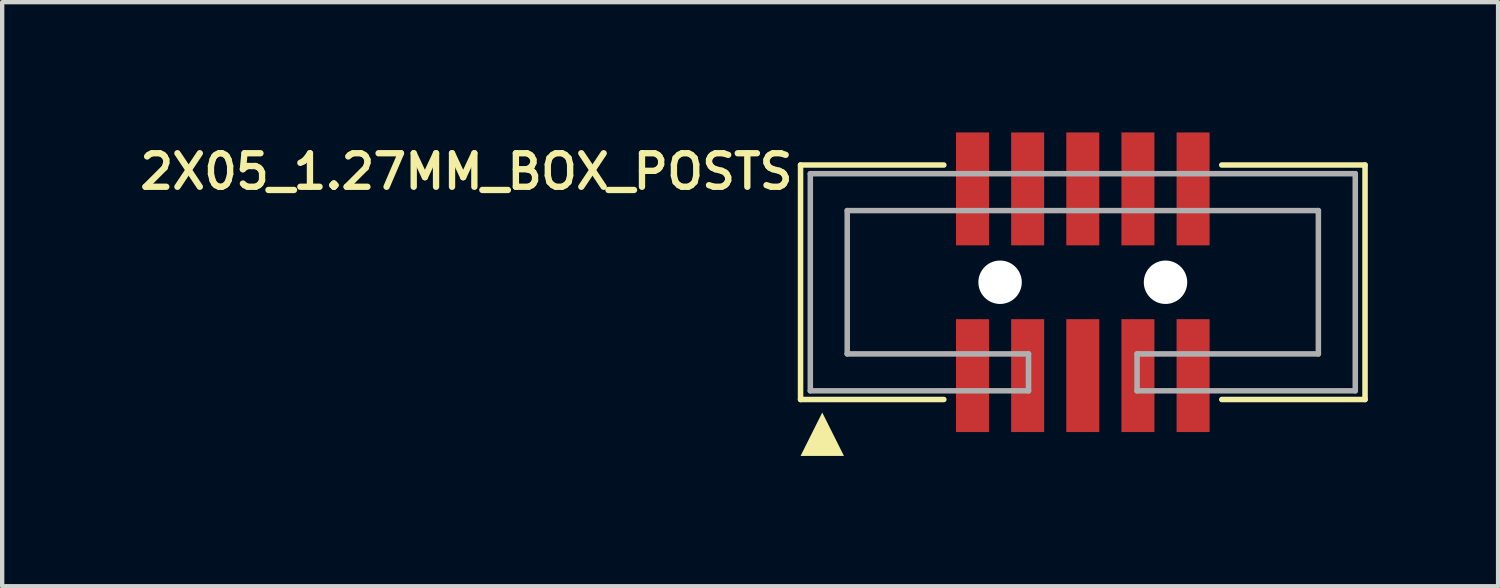
<source format=kicad_pcb>
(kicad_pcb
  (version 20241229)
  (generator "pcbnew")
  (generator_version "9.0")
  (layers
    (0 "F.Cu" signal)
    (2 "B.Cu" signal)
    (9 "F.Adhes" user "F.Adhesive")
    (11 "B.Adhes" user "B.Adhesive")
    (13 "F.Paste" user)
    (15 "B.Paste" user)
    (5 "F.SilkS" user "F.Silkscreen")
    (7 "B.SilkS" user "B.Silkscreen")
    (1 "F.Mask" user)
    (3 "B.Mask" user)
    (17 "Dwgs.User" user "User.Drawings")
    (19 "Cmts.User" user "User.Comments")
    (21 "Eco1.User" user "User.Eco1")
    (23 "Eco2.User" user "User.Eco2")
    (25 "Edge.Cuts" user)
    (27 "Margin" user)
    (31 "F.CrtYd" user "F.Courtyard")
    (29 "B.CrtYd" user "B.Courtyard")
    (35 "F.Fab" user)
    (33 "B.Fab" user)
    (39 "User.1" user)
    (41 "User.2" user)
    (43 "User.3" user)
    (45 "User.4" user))
  (footprint "2X05_1.27MM_BOX_POSTS"
    (layer "F.Cu")
    (at 21.886 3.45)
    (property "Reference" "2X05_1.27MM_BOX_POSTS" (at -6.6 -3 0) (layer "F.SilkS") (effects (font (size 0.772 0.772) (thickness 0.146)) (justify right top)))
    (attr through_hole)
    (fp_line (start -6.5 -2.7) (end -6.5 2.7) (stroke (width 0.127) (type solid)) (layer "F.SilkS"))
    (fp_line (start -6.5 2.7) (end -3.2 2.7) (stroke (width 0.127) (type solid)) (layer "F.SilkS"))
    (fp_line (start -3.2 -2.7) (end -6.5 -2.7) (stroke (width 0.127) (type solid)) (layer "F.SilkS"))
    (fp_line (start 3.2 -2.7) (end 6.5 -2.7) (stroke (width 0.127) (type solid)) (layer "F.SilkS"))
    (fp_line (start 6.5 -2.7) (end 6.5 2.7) (stroke (width 0.127) (type solid)) (layer "F.SilkS"))
    (fp_line (start 6.5 2.7) (end 3.2 2.7) (stroke (width 0.127) (type solid)) (layer "F.SilkS"))
    (fp_poly (pts (xy -6.5 4) (xy -5.5 4) (xy -6 3)) (stroke (width 0) (type solid)) (fill yes) (layer "F.SilkS"))
    (fp_line (start -6.275 -2.5) (end 6.275 -2.5) (stroke (width 0.127) (type solid)) (layer "F.Fab"))
    (fp_line (start -6.275 2.5) (end -6.275 -2.5) (stroke (width 0.127) (type solid)) (layer "F.Fab"))
    (fp_line (start -5.425 -1.65) (end 5.425 -1.65) (stroke (width 0.127) (type solid)) (layer "F.Fab"))
    (fp_line (start -5.425 1.65) (end -5.425 -1.65) (stroke (width 0.127) (type solid)) (layer "F.Fab"))
    (fp_line (start -1.25 1.65) (end -5.425 1.65) (stroke (width 0.127) (type solid)) (layer "F.Fab"))
    (fp_line (start -1.25 1.65) (end -1.25 2.5) (stroke (width 0.127) (type solid)) (layer "F.Fab"))
    (fp_line (start -1.25 2.5) (end -6.275 2.5) (stroke (width 0.127) (type solid)) (layer "F.Fab"))
    (fp_line (start 1.25 1.65) (end 1.25 2.5) (stroke (width 0.127) (type solid)) (layer "F.Fab"))
    (fp_line (start 5.425 -1.65) (end 5.425 1.65) (stroke (width 0.127) (type solid)) (layer "F.Fab"))
    (fp_line (start 5.425 1.65) (end 1.25 1.65) (stroke (width 0.127) (type solid)) (layer "F.Fab"))
    (fp_line (start 6.275 -2.5) (end 6.275 2.5) (stroke (width 0.127) (type solid)) (layer "F.Fab"))
    (fp_line (start 6.275 2.5) (end 1.25 2.5) (stroke (width 0.127) (type solid)) (layer "F.Fab"))
    (pad "" np_thru_hole circle (at -1.905 0) (size 1 1) (drill 1) (layers "*.Cu" "*.Mask"))
    (pad "" np_thru_hole circle (at 1.905 0) (size 1 1) (drill 1) (layers "*.Cu" "*.Mask"))
    (pad "1" smd rect (at -2.54 2.15) (size 0.76 2.6) (layers "F.Cu" "F.Mask" "F.Paste"))
    (pad "2" smd rect (at -2.54 -2.15) (size 0.76 2.6) (layers "F.Cu" "F.Mask" "F.Paste"))
    (pad "3" smd rect (at -1.27 2.15) (size 0.76 2.6) (layers "F.Cu" "F.Mask" "F.Paste"))
    (pad "4" smd rect (at -1.27 -2.15) (size 0.76 2.6) (layers "F.Cu" "F.Mask" "F.Paste"))
    (pad "5" smd rect (at 0 2.15) (size 0.76 2.6) (layers "F.Cu" "F.Mask" "F.Paste"))
    (pad "6" smd rect (at 0 -2.15) (size 0.76 2.6) (layers "F.Cu" "F.Mask" "F.Paste"))
    (pad "7" smd rect (at 1.27 2.15) (size 0.76 2.6) (layers "F.Cu" "F.Mask" "F.Paste"))
    (pad "8" smd rect (at 1.27 -2.15) (size 0.76 2.6) (layers "F.Cu" "F.Mask" "F.Paste"))
    (pad "9" smd rect (at 2.54 2.15) (size 0.76 2.6) (layers "F.Cu" "F.Mask" "F.Paste"))
    (pad "10" smd rect (at 2.54 -2.15) (size 0.76 2.6) (layers "F.Cu" "F.Mask" "F.Paste")))
  (gr_rect
    (start -3 -3)
    (end 31.45 10.45)
    (stroke (width 0.1) (type default))
    (fill no)
    (layer "Edge.Cuts")))
</source>
